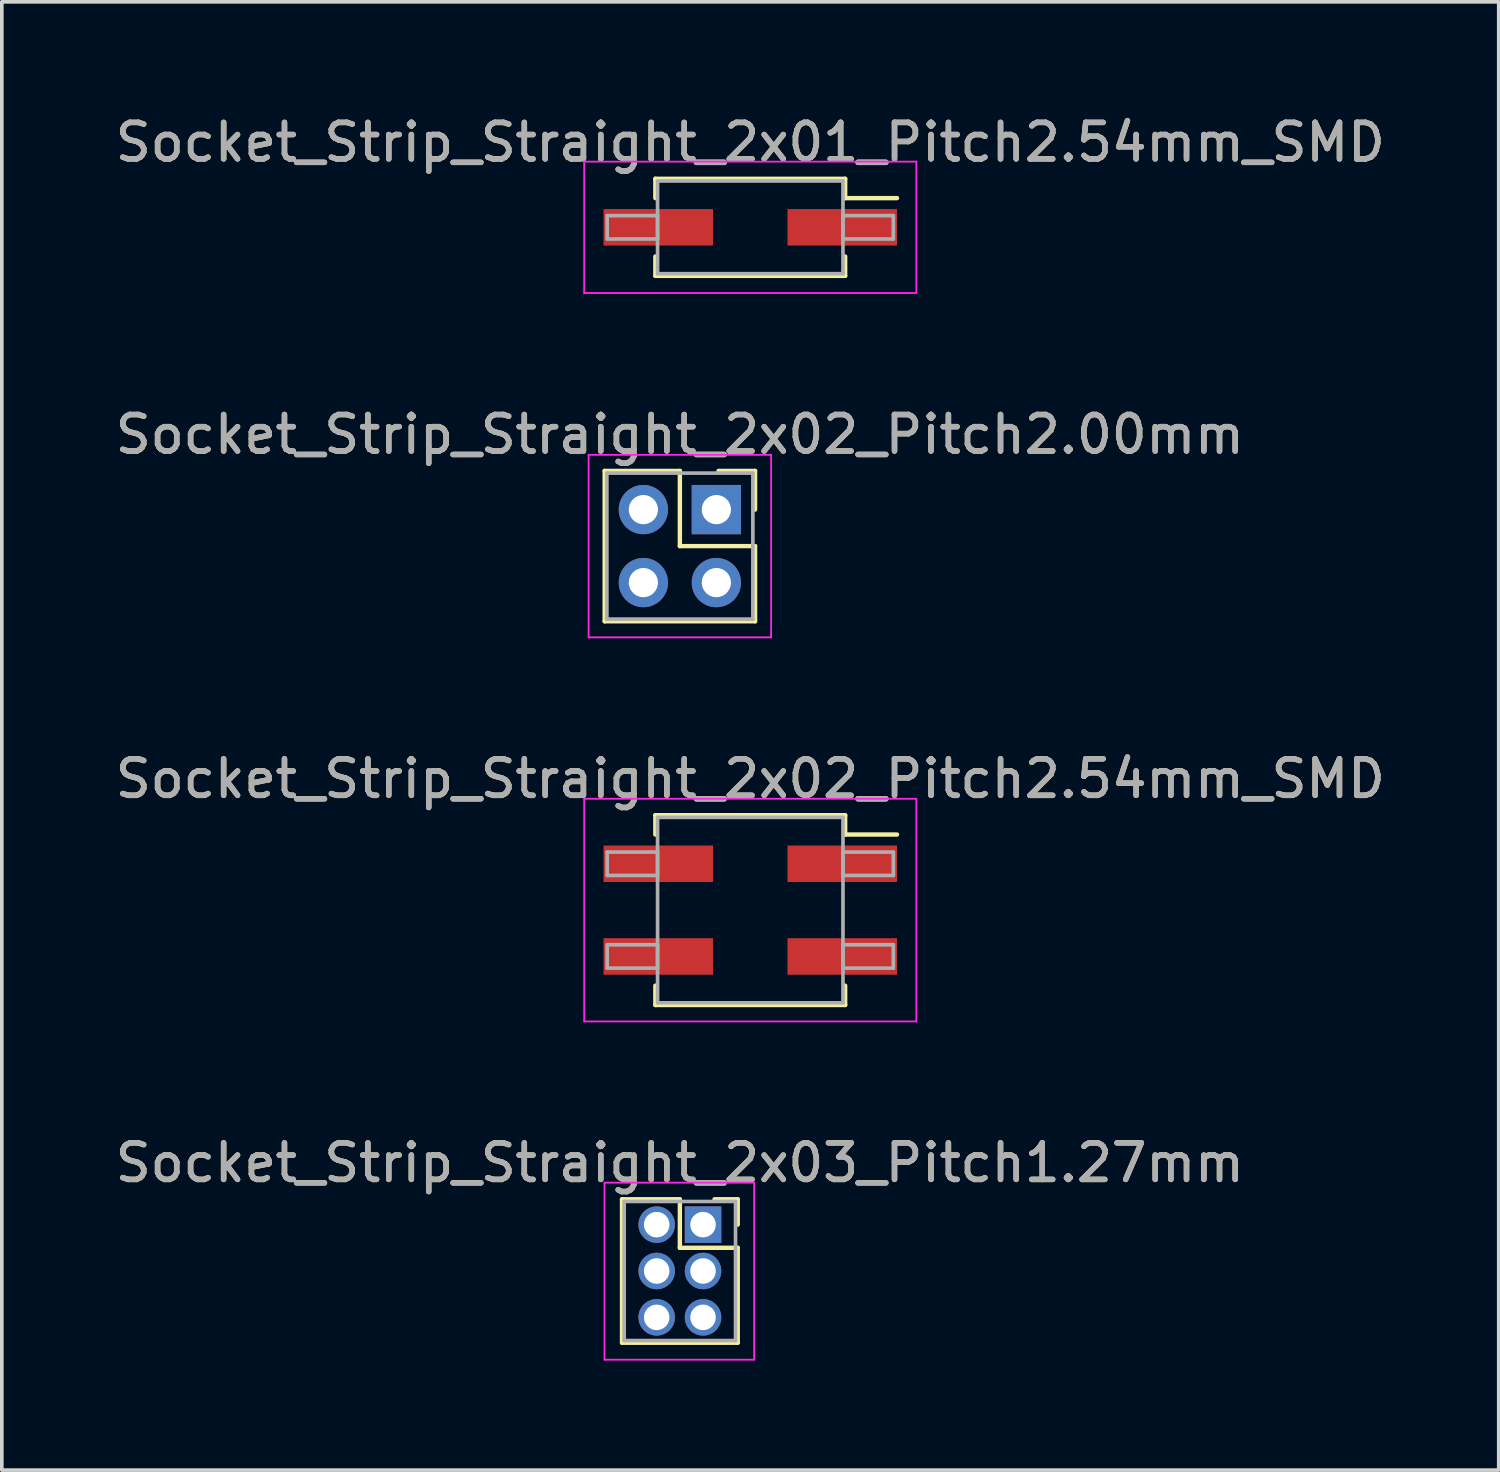
<source format=kicad_pcb>
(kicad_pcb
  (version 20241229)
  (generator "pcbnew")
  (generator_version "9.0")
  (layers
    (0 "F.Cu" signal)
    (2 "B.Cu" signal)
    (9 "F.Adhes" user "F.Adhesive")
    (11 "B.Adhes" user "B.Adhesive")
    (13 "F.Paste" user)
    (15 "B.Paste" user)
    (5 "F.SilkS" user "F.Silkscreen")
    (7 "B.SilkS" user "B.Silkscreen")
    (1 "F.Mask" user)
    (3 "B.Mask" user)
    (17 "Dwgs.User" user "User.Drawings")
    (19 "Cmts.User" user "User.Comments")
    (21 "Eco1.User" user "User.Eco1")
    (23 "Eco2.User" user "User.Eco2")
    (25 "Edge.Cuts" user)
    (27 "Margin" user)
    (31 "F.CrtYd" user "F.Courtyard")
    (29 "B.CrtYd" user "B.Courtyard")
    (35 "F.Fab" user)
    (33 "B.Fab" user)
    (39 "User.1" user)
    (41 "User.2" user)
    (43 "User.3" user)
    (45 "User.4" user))
  (footprint "Socket_Strip_Straight_2x02_Pitch2.54mm_SMD"
    (layer "F.Cu")
    (at 17.506 21.885)
    (property "Reference" "Socket_Strip_Straight_2x02_Pitch2.54mm_SMD" (at 0 -3.6 0) (layer "F.SilkS") (effects (font (size 1 1) (thickness 0.15))))
    (attr smd)
    (fp_line (start -2.6 -2.6) (end 2.6 -2.6) (stroke (width 0.12) (type solid)) (layer "F.SilkS"))
    (fp_line (start -2.6 -2.07) (end -2.6 -2.6) (stroke (width 0.12) (type solid)) (layer "F.SilkS"))
    (fp_line (start -2.6 2.07) (end -2.6 2.6) (stroke (width 0.12) (type solid)) (layer "F.SilkS"))
    (fp_line (start -2.6 2.6) (end 2.6 2.6) (stroke (width 0.12) (type solid)) (layer "F.SilkS"))
    (fp_line (start 2.6 -2.6) (end 2.6 -2.07) (stroke (width 0.12) (type solid)) (layer "F.SilkS"))
    (fp_line (start 2.6 2.6) (end 2.6 2.07) (stroke (width 0.12) (type solid)) (layer "F.SilkS"))
    (fp_line (start 4.02 -2.07) (end 2.6 -2.07) (stroke (width 0.12) (type solid)) (layer "F.SilkS"))
    (fp_line (start -4.55 -3.05) (end -4.55 3.05) (stroke (width 0.05) (type solid)) (layer "F.CrtYd"))
    (fp_line (start -4.55 3.05) (end 4.55 3.05) (stroke (width 0.05) (type solid)) (layer "F.CrtYd"))
    (fp_line (start 4.55 -3.05) (end -4.55 -3.05) (stroke (width 0.05) (type solid)) (layer "F.CrtYd"))
    (fp_line (start 4.55 3.05) (end 4.55 -3.05) (stroke (width 0.05) (type solid)) (layer "F.CrtYd"))
    (fp_line (start -3.92 -1.59) (end -2.54 -1.59) (stroke (width 0.1) (type solid)) (layer "F.Fab"))
    (fp_line (start -3.92 -0.95) (end -3.92 -1.59) (stroke (width 0.1) (type solid)) (layer "F.Fab"))
    (fp_line (start -3.92 0.95) (end -2.54 0.95) (stroke (width 0.1) (type solid)) (layer "F.Fab"))
    (fp_line (start -3.92 1.59) (end -3.92 0.95) (stroke (width 0.1) (type solid)) (layer "F.Fab"))
    (fp_line (start -2.54 -2.54) (end -2.54 2.54) (stroke (width 0.1) (type solid)) (layer "F.Fab"))
    (fp_line (start -2.54 -1.59) (end -2.54 -0.95) (stroke (width 0.1) (type solid)) (layer "F.Fab"))
    (fp_line (start -2.54 -0.95) (end -3.92 -0.95) (stroke (width 0.1) (type solid)) (layer "F.Fab"))
    (fp_line (start -2.54 0.95) (end -2.54 1.59) (stroke (width 0.1) (type solid)) (layer "F.Fab"))
    (fp_line (start -2.54 1.59) (end -3.92 1.59) (stroke (width 0.1) (type solid)) (layer "F.Fab"))
    (fp_line (start -2.54 2.54) (end 2.54 2.54) (stroke (width 0.1) (type solid)) (layer "F.Fab"))
    (fp_line (start 2.54 -2.54) (end -2.54 -2.54) (stroke (width 0.1) (type solid)) (layer "F.Fab"))
    (fp_line (start 2.54 -1.59) (end 2.54 -0.95) (stroke (width 0.1) (type solid)) (layer "F.Fab"))
    (fp_line (start 2.54 -0.95) (end 3.92 -0.95) (stroke (width 0.1) (type solid)) (layer "F.Fab"))
    (fp_line (start 2.54 0.95) (end 2.54 1.59) (stroke (width 0.1) (type solid)) (layer "F.Fab"))
    (fp_line (start 2.54 1.59) (end 3.92 1.59) (stroke (width 0.1) (type solid)) (layer "F.Fab"))
    (fp_line (start 2.54 2.54) (end 2.54 -2.54) (stroke (width 0.1) (type solid)) (layer "F.Fab"))
    (fp_line (start 3.92 -1.59) (end 2.54 -1.59) (stroke (width 0.1) (type solid)) (layer "F.Fab"))
    (fp_line (start 3.92 -0.95) (end 3.92 -1.59) (stroke (width 0.1) (type solid)) (layer "F.Fab"))
    (fp_line (start 3.92 0.95) (end 2.54 0.95) (stroke (width 0.1) (type solid)) (layer "F.Fab"))
    (fp_line (start 3.92 1.59) (end 3.92 0.95) (stroke (width 0.1) (type solid)) (layer "F.Fab"))
    (fp_text user "${REFERENCE}" (at 0 -3.6 0) (layer "F.Fab") (effects (font (size 1 1) (thickness 0.15))))
    (pad "1" smd rect (at 2.52 -1.27) (size 3 1) (layers "F.Cu" "F.Mask" "F.Paste"))
    (pad "2" smd rect (at -2.52 -1.27) (size 3 1) (layers "F.Cu" "F.Mask" "F.Paste"))
    (pad "3" smd rect (at 2.52 1.27) (size 3 1) (layers "F.Cu" "F.Mask" "F.Paste"))
    (pad "4" smd rect (at -2.52 1.27) (size 3 1) (layers "F.Cu" "F.Mask" "F.Paste")))
  (footprint "Socket_Strip_Straight_2x03_Pitch1.27mm"
    (layer "F.Cu")
    (at 16.212 30.503)
    (property "Reference" "Socket_Strip_Straight_2x03_Pitch1.27mm" (at -0.635 -1.695 0) (layer "F.SilkS") (effects (font (size 1 1) (thickness 0.15))))
    (attr through_hole)
    (fp_line (start -2.22 -0.695) (end -0.635 -0.695) (stroke (width 0.12) (type solid)) (layer "F.SilkS"))
    (fp_line (start -2.22 3.235) (end -2.22 -0.695) (stroke (width 0.12) (type solid)) (layer "F.SilkS"))
    (fp_line (start -0.635 -0.695) (end -0.635 0.635) (stroke (width 0.12) (type solid)) (layer "F.SilkS"))
    (fp_line (start -0.635 0.635) (end 0.95 0.635) (stroke (width 0.12) (type solid)) (layer "F.SilkS"))
    (fp_line (start 0.95 -0.695) (end 0.315 -0.695) (stroke (width 0.12) (type solid)) (layer "F.SilkS"))
    (fp_line (start 0.95 0) (end 0.95 -0.695) (stroke (width 0.12) (type solid)) (layer "F.SilkS"))
    (fp_line (start 0.95 0.635) (end 0.95 3.235) (stroke (width 0.12) (type solid)) (layer "F.SilkS"))
    (fp_line (start 0.95 3.235) (end -2.22 3.235) (stroke (width 0.12) (type solid)) (layer "F.SilkS"))
    (fp_line (start -2.7 -1.15) (end -2.7 3.7) (stroke (width 0.05) (type solid)) (layer "F.CrtYd"))
    (fp_line (start -2.7 3.7) (end 1.4 3.7) (stroke (width 0.05) (type solid)) (layer "F.CrtYd"))
    (fp_line (start 1.4 -1.15) (end -2.7 -1.15) (stroke (width 0.05) (type solid)) (layer "F.CrtYd"))
    (fp_line (start 1.4 3.7) (end 1.4 -1.15) (stroke (width 0.05) (type solid)) (layer "F.CrtYd"))
    (fp_line (start -2.16 -0.635) (end -2.16 3.175) (stroke (width 0.1) (type solid)) (layer "F.Fab"))
    (fp_line (start -2.16 3.175) (end 0.89 3.175) (stroke (width 0.1) (type solid)) (layer "F.Fab"))
    (fp_line (start 0.89 -0.635) (end -2.16 -0.635) (stroke (width 0.1) (type solid)) (layer "F.Fab"))
    (fp_line (start 0.89 3.175) (end 0.89 -0.635) (stroke (width 0.1) (type solid)) (layer "F.Fab"))
    (fp_text user "${REFERENCE}" (at -0.635 -1.695 0) (layer "F.Fab") (effects (font (size 1 1) (thickness 0.15))))
    (pad "1" thru_hole rect (at 0 0) (size 1 1) (drill 0.7) (layers "*.Cu" "*.Mask"))
    (pad "2" thru_hole oval (at -1.27 0) (size 1 1) (drill 0.7) (layers "*.Cu" "*.Mask"))
    (pad "3" thru_hole oval (at 0 1.27) (size 1 1) (drill 0.7) (layers "*.Cu" "*.Mask"))
    (pad "4" thru_hole oval (at -1.27 1.27) (size 1 1) (drill 0.7) (layers "*.Cu" "*.Mask"))
    (pad "5" thru_hole oval (at 0 2.54) (size 1 1) (drill 0.7) (layers "*.Cu" "*.Mask"))
    (pad "6" thru_hole oval (at -1.27 2.54) (size 1 1) (drill 0.7) (layers "*.Cu" "*.Mask")))
  (footprint "Socket_Strip_Straight_2x01_Pitch2.54mm_SMD"
    (layer "F.Cu")
    (at 17.506 3.178)
    (property "Reference" "Socket_Strip_Straight_2x01_Pitch2.54mm_SMD" (at 0 -2.33 0) (layer "F.SilkS") (effects (font (size 1 1) (thickness 0.15))))
    (attr smd)
    (fp_line (start -2.6 -1.33) (end 2.6 -1.33) (stroke (width 0.12) (type solid)) (layer "F.SilkS"))
    (fp_line (start -2.6 -0.8) (end -2.6 -1.33) (stroke (width 0.12) (type solid)) (layer "F.SilkS"))
    (fp_line (start -2.6 0.8) (end -2.6 1.33) (stroke (width 0.12) (type solid)) (layer "F.SilkS"))
    (fp_line (start -2.6 1.33) (end 2.6 1.33) (stroke (width 0.12) (type solid)) (layer "F.SilkS"))
    (fp_line (start 2.6 -1.33) (end 2.6 -0.8) (stroke (width 0.12) (type solid)) (layer "F.SilkS"))
    (fp_line (start 2.6 1.33) (end 2.6 0.8) (stroke (width 0.12) (type solid)) (layer "F.SilkS"))
    (fp_line (start 4.02 -0.8) (end 2.6 -0.8) (stroke (width 0.12) (type solid)) (layer "F.SilkS"))
    (fp_line (start -4.55 -1.8) (end -4.55 1.8) (stroke (width 0.05) (type solid)) (layer "F.CrtYd"))
    (fp_line (start -4.55 1.8) (end 4.55 1.8) (stroke (width 0.05) (type solid)) (layer "F.CrtYd"))
    (fp_line (start 4.55 -1.8) (end -4.55 -1.8) (stroke (width 0.05) (type solid)) (layer "F.CrtYd"))
    (fp_line (start 4.55 1.8) (end 4.55 -1.8) (stroke (width 0.05) (type solid)) (layer "F.CrtYd"))
    (fp_line (start -3.92 -0.32) (end -2.54 -0.32) (stroke (width 0.1) (type solid)) (layer "F.Fab"))
    (fp_line (start -3.92 0.32) (end -3.92 -0.32) (stroke (width 0.1) (type solid)) (layer "F.Fab"))
    (fp_line (start -2.54 -1.27) (end -2.54 1.27) (stroke (width 0.1) (type solid)) (layer "F.Fab"))
    (fp_line (start -2.54 -0.32) (end -2.54 0.32) (stroke (width 0.1) (type solid)) (layer "F.Fab"))
    (fp_line (start -2.54 0.32) (end -3.92 0.32) (stroke (width 0.1) (type solid)) (layer "F.Fab"))
    (fp_line (start -2.54 1.27) (end 2.54 1.27) (stroke (width 0.1) (type solid)) (layer "F.Fab"))
    (fp_line (start 2.54 -1.27) (end -2.54 -1.27) (stroke (width 0.1) (type solid)) (layer "F.Fab"))
    (fp_line (start 2.54 -0.32) (end 2.54 0.32) (stroke (width 0.1) (type solid)) (layer "F.Fab"))
    (fp_line (start 2.54 0.32) (end 3.92 0.32) (stroke (width 0.1) (type solid)) (layer "F.Fab"))
    (fp_line (start 2.54 1.27) (end 2.54 -1.27) (stroke (width 0.1) (type solid)) (layer "F.Fab"))
    (fp_line (start 3.92 -0.32) (end 2.54 -0.32) (stroke (width 0.1) (type solid)) (layer "F.Fab"))
    (fp_line (start 3.92 0.32) (end 3.92 -0.32) (stroke (width 0.1) (type solid)) (layer "F.Fab"))
    (fp_text user "${REFERENCE}" (at 0 -2.33 0) (layer "F.Fab") (effects (font (size 1 1) (thickness 0.15))))
    (pad "1" smd rect (at 2.52 0) (size 3 1) (layers "F.Cu" "F.Mask" "F.Paste"))
    (pad "2" smd rect (at -2.52 0) (size 3 1) (layers "F.Cu" "F.Mask" "F.Paste")))
  (footprint "Socket_Strip_Straight_2x02_Pitch2.00mm"
    (layer "F.Cu")
    (at 16.577 10.912)
    (property "Reference" "Socket_Strip_Straight_2x02_Pitch2.00mm" (at -1 -2.06 0) (layer "F.SilkS") (effects (font (size 1 1) (thickness 0.15))))
    (attr through_hole)
    (fp_line (start -3.06 -1.06) (end -1 -1.06) (stroke (width 0.12) (type solid)) (layer "F.SilkS"))
    (fp_line (start -3.06 3.06) (end -3.06 -1.06) (stroke (width 0.12) (type solid)) (layer "F.SilkS"))
    (fp_line (start -1 -1.06) (end -1 1) (stroke (width 0.12) (type solid)) (layer "F.SilkS"))
    (fp_line (start -1 1) (end 1.06 1) (stroke (width 0.12) (type solid)) (layer "F.SilkS"))
    (fp_line (start 1.06 -1.06) (end 0.06 -1.06) (stroke (width 0.12) (type solid)) (layer "F.SilkS"))
    (fp_line (start 1.06 0) (end 1.06 -1.06) (stroke (width 0.12) (type solid)) (layer "F.SilkS"))
    (fp_line (start 1.06 1) (end 1.06 3.06) (stroke (width 0.12) (type solid)) (layer "F.SilkS"))
    (fp_line (start 1.06 3.06) (end -3.06 3.06) (stroke (width 0.12) (type solid)) (layer "F.SilkS"))
    (fp_line (start -3.5 -1.5) (end -3.5 3.5) (stroke (width 0.05) (type solid)) (layer "F.CrtYd"))
    (fp_line (start -3.5 3.5) (end 1.5 3.5) (stroke (width 0.05) (type solid)) (layer "F.CrtYd"))
    (fp_line (start 1.5 -1.5) (end -3.5 -1.5) (stroke (width 0.05) (type solid)) (layer "F.CrtYd"))
    (fp_line (start 1.5 3.5) (end 1.5 -1.5) (stroke (width 0.05) (type solid)) (layer "F.CrtYd"))
    (fp_line (start -3 -1) (end -3 3) (stroke (width 0.1) (type solid)) (layer "F.Fab"))
    (fp_line (start -3 3) (end 1 3) (stroke (width 0.1) (type solid)) (layer "F.Fab"))
    (fp_line (start 1 -1) (end -3 -1) (stroke (width 0.1) (type solid)) (layer "F.Fab"))
    (fp_line (start 1 3) (end 1 -1) (stroke (width 0.1) (type solid)) (layer "F.Fab"))
    (fp_text user "${REFERENCE}" (at -1 -2.06 0) (layer "F.Fab") (effects (font (size 1 1) (thickness 0.15))))
    (pad "1" thru_hole rect (at 0 0) (size 1.35 1.35) (drill 0.8) (layers "*.Cu" "*.Mask"))
    (pad "2" thru_hole oval (at -2 0) (size 1.35 1.35) (drill 0.8) (layers "*.Cu" "*.Mask"))
    (pad "3" thru_hole oval (at 0 2) (size 1.35 1.35) (drill 0.8) (layers "*.Cu" "*.Mask"))
    (pad "4" thru_hole oval (at -2 2) (size 1.35 1.35) (drill 0.8) (layers "*.Cu" "*.Mask")))
  (gr_rect
    (start -3 -3)
    (end 38.012 37.228)
    (stroke (width 0.1) (type default))
    (fill no)
    (layer "Edge.Cuts")))
</source>
